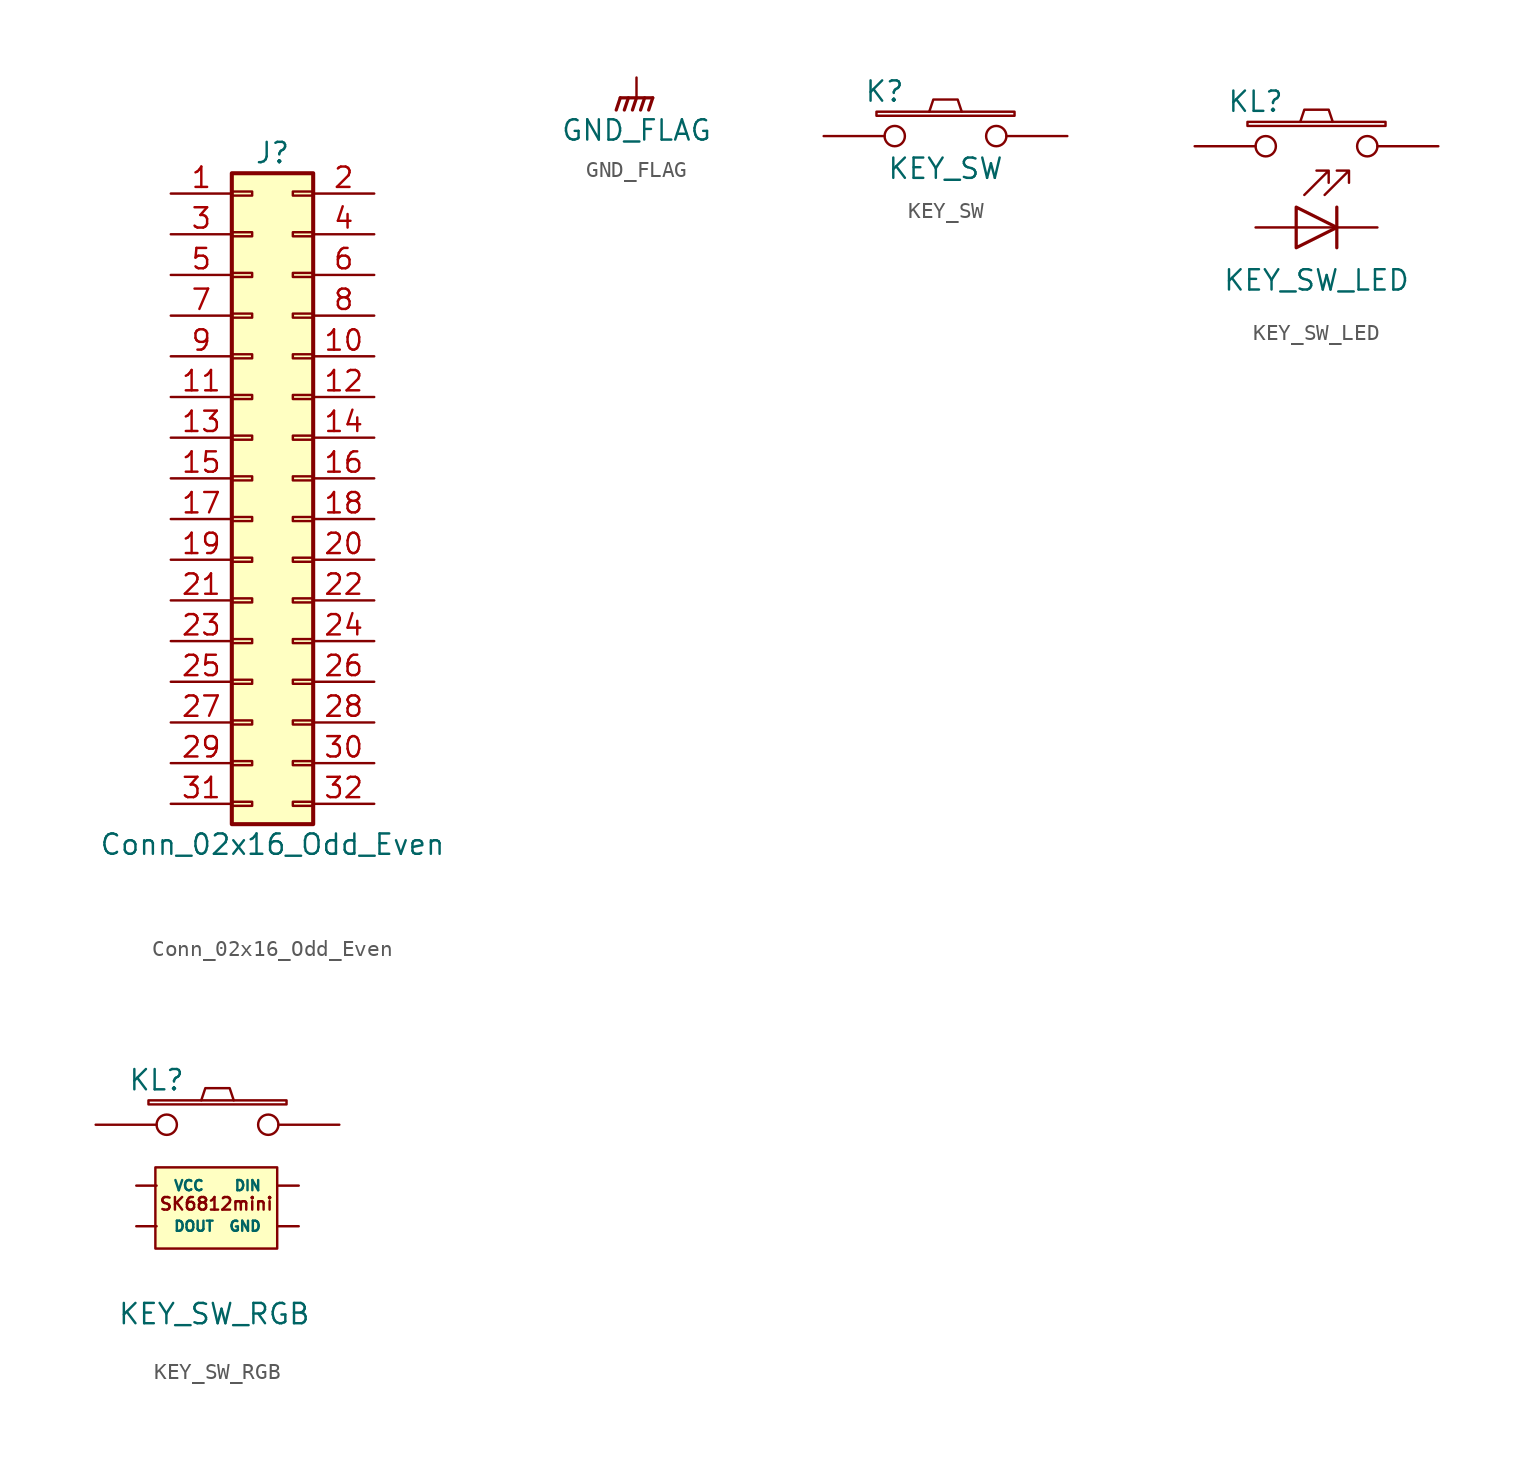
<source format=kicad_sym>
(kicad_symbol_lib
  (version 20211014)
  (generator kicad_symbol_editor)
  (symbol "Conn_02x16_Odd_Even"
    (pin_names
      (offset 1.016) hide)
    (property "Reference" "J"
      (at 1.27 20.32 0)
      (effects (font (size 1.27 1.27))))
    (property "Value" "Conn_02x16_Odd_Even"
      (at 1.27 -22.86 0)
      (effects (font (size 1.27 1.27))))
    (symbol "Conn_02x16_Odd_Even_1_1"
      (rectangle (start -1.27 -20.193) (end 0 -20.447) (stroke (width 0.152) (type default) (color 0 0 0 0)) (fill (type none)))
      (rectangle (start -1.27 -17.653) (end 0 -17.907) (stroke (width 0.152) (type default) (color 0 0 0 0)) (fill (type none)))
      (rectangle (start -1.27 -15.113) (end 0 -15.367) (stroke (width 0.152) (type default) (color 0 0 0 0)) (fill (type none)))
      (rectangle (start -1.27 -12.573) (end 0 -12.827) (stroke (width 0.152) (type default) (color 0 0 0 0)) (fill (type none)))
      (rectangle (start -1.27 -10.033) (end 0 -10.287) (stroke (width 0.152) (type default) (color 0 0 0 0)) (fill (type none)))
      (rectangle (start -1.27 -7.493) (end 0 -7.747) (stroke (width 0.152) (type default) (color 0 0 0 0)) (fill (type none)))
      (rectangle (start -1.27 -4.953) (end 0 -5.207) (stroke (width 0.152) (type default) (color 0 0 0 0)) (fill (type none)))
      (rectangle (start -1.27 -2.413) (end 0 -2.667) (stroke (width 0.152) (type default) (color 0 0 0 0)) (fill (type none)))
      (rectangle (start -1.27 0.127) (end 0 -0.127) (stroke (width 0.152) (type default) (color 0 0 0 0)) (fill (type none)))
      (rectangle (start -1.27 2.667) (end 0 2.413) (stroke (width 0.152) (type default) (color 0 0 0 0)) (fill (type none)))
      (rectangle (start -1.27 5.207) (end 0 4.953) (stroke (width 0.152) (type default) (color 0 0 0 0)) (fill (type none)))
      (rectangle (start -1.27 7.747) (end 0 7.493) (stroke (width 0.152) (type default) (color 0 0 0 0)) (fill (type none)))
      (rectangle (start -1.27 10.287) (end 0 10.033) (stroke (width 0.152) (type default) (color 0 0 0 0)) (fill (type none)))
      (rectangle (start -1.27 12.827) (end 0 12.573) (stroke (width 0.152) (type default) (color 0 0 0 0)) (fill (type none)))
      (rectangle (start -1.27 15.367) (end 0 15.113) (stroke (width 0.152) (type default) (color 0 0 0 0)) (fill (type none)))
      (rectangle (start -1.27 17.907) (end 0 17.653) (stroke (width 0.152) (type default) (color 0 0 0 0)) (fill (type none)))
      (rectangle (start -1.27 19.05) (end 3.81 -21.59) (stroke (width 0.254) (type default) (color 0 0 0 0)) (fill (type background)))
      (rectangle (start 3.81 -20.193) (end 2.54 -20.447) (stroke (width 0.152) (type default) (color 0 0 0 0)) (fill (type none)))
      (rectangle (start 3.81 -17.653) (end 2.54 -17.907) (stroke (width 0.152) (type default) (color 0 0 0 0)) (fill (type none)))
      (rectangle (start 3.81 -15.113) (end 2.54 -15.367) (stroke (width 0.152) (type default) (color 0 0 0 0)) (fill (type none)))
      (rectangle (start 3.81 -12.573) (end 2.54 -12.827) (stroke (width 0.152) (type default) (color 0 0 0 0)) (fill (type none)))
      (rectangle (start 3.81 -10.033) (end 2.54 -10.287) (stroke (width 0.152) (type default) (color 0 0 0 0)) (fill (type none)))
      (rectangle (start 3.81 -7.493) (end 2.54 -7.747) (stroke (width 0.152) (type default) (color 0 0 0 0)) (fill (type none)))
      (rectangle (start 3.81 -4.953) (end 2.54 -5.207) (stroke (width 0.152) (type default) (color 0 0 0 0)) (fill (type none)))
      (rectangle (start 3.81 -2.413) (end 2.54 -2.667) (stroke (width 0.152) (type default) (color 0 0 0 0)) (fill (type none)))
      (rectangle (start 3.81 0.127) (end 2.54 -0.127) (stroke (width 0.152) (type default) (color 0 0 0 0)) (fill (type none)))
      (rectangle (start 3.81 2.667) (end 2.54 2.413) (stroke (width 0.152) (type default) (color 0 0 0 0)) (fill (type none)))
      (rectangle (start 3.81 5.207) (end 2.54 4.953) (stroke (width 0.152) (type default) (color 0 0 0 0)) (fill (type none)))
      (rectangle (start 3.81 7.747) (end 2.54 7.493) (stroke (width 0.152) (type default) (color 0 0 0 0)) (fill (type none)))
      (rectangle (start 3.81 10.287) (end 2.54 10.033) (stroke (width 0.152) (type default) (color 0 0 0 0)) (fill (type none)))
      (rectangle (start 3.81 12.827) (end 2.54 12.573) (stroke (width 0.152) (type default) (color 0 0 0 0)) (fill (type none)))
      (rectangle (start 3.81 15.367) (end 2.54 15.113) (stroke (width 0.152) (type default) (color 0 0 0 0)) (fill (type none)))
      (rectangle (start 3.81 17.907) (end 2.54 17.653) (stroke (width 0.152) (type default) (color 0 0 0 0)) (fill (type none)))
      (pin passive line (at -5.08 17.78 0) (length 3.81) (name "Pin_1" (effects (font (size 1.27 1.27)))) (number "1" (effects (font (size 1.27 1.27)))))
      (pin passive line (at 7.62 7.62 180) (length 3.81) (name "Pin_10" (effects (font (size 1.27 1.27)))) (number "10" (effects (font (size 1.27 1.27)))))
      (pin passive line (at -5.08 5.08 0) (length 3.81) (name "Pin_11" (effects (font (size 1.27 1.27)))) (number "11" (effects (font (size 1.27 1.27)))))
      (pin passive line (at 7.62 5.08 180) (length 3.81) (name "Pin_12" (effects (font (size 1.27 1.27)))) (number "12" (effects (font (size 1.27 1.27)))))
      (pin passive line (at -5.08 2.54 0) (length 3.81) (name "Pin_13" (effects (font (size 1.27 1.27)))) (number "13" (effects (font (size 1.27 1.27)))))
      (pin passive line (at 7.62 2.54 180) (length 3.81) (name "Pin_14" (effects (font (size 1.27 1.27)))) (number "14" (effects (font (size 1.27 1.27)))))
      (pin passive line (at -5.08 0 0) (length 3.81) (name "Pin_15" (effects (font (size 1.27 1.27)))) (number "15" (effects (font (size 1.27 1.27)))))
      (pin passive line (at 7.62 0 180) (length 3.81) (name "Pin_16" (effects (font (size 1.27 1.27)))) (number "16" (effects (font (size 1.27 1.27)))))
      (pin passive line (at -5.08 -2.54 0) (length 3.81) (name "Pin_17" (effects (font (size 1.27 1.27)))) (number "17" (effects (font (size 1.27 1.27)))))
      (pin passive line (at 7.62 -2.54 180) (length 3.81) (name "Pin_18" (effects (font (size 1.27 1.27)))) (number "18" (effects (font (size 1.27 1.27)))))
      (pin passive line (at -5.08 -5.08 0) (length 3.81) (name "Pin_19" (effects (font (size 1.27 1.27)))) (number "19" (effects (font (size 1.27 1.27)))))
      (pin passive line (at 7.62 17.78 180) (length 3.81) (name "Pin_2" (effects (font (size 1.27 1.27)))) (number "2" (effects (font (size 1.27 1.27)))))
      (pin passive line (at 7.62 -5.08 180) (length 3.81) (name "Pin_20" (effects (font (size 1.27 1.27)))) (number "20" (effects (font (size 1.27 1.27)))))
      (pin passive line (at -5.08 -7.62 0) (length 3.81) (name "Pin_21" (effects (font (size 1.27 1.27)))) (number "21" (effects (font (size 1.27 1.27)))))
      (pin passive line (at 7.62 -7.62 180) (length 3.81) (name "Pin_22" (effects (font (size 1.27 1.27)))) (number "22" (effects (font (size 1.27 1.27)))))
      (pin passive line (at -5.08 -10.16 0) (length 3.81) (name "Pin_23" (effects (font (size 1.27 1.27)))) (number "23" (effects (font (size 1.27 1.27)))))
      (pin passive line (at 7.62 -10.16 180) (length 3.81) (name "Pin_24" (effects (font (size 1.27 1.27)))) (number "24" (effects (font (size 1.27 1.27)))))
      (pin passive line (at -5.08 -12.7 0) (length 3.81) (name "Pin_25" (effects (font (size 1.27 1.27)))) (number "25" (effects (font (size 1.27 1.27)))))
      (pin passive line (at 7.62 -12.7 180) (length 3.81) (name "Pin_26" (effects (font (size 1.27 1.27)))) (number "26" (effects (font (size 1.27 1.27)))))
      (pin passive line (at -5.08 -15.24 0) (length 3.81) (name "Pin_27" (effects (font (size 1.27 1.27)))) (number "27" (effects (font (size 1.27 1.27)))))
      (pin passive line (at 7.62 -15.24 180) (length 3.81) (name "Pin_28" (effects (font (size 1.27 1.27)))) (number "28" (effects (font (size 1.27 1.27)))))
      (pin passive line (at -5.08 -17.78 0) (length 3.81) (name "Pin_29" (effects (font (size 1.27 1.27)))) (number "29" (effects (font (size 1.27 1.27)))))
      (pin passive line (at -5.08 15.24 0) (length 3.81) (name "Pin_3" (effects (font (size 1.27 1.27)))) (number "3" (effects (font (size 1.27 1.27)))))
      (pin passive line (at 7.62 -17.78 180) (length 3.81) (name "Pin_30" (effects (font (size 1.27 1.27)))) (number "30" (effects (font (size 1.27 1.27)))))
      (pin passive line (at -5.08 -20.32 0) (length 3.81) (name "Pin_31" (effects (font (size 1.27 1.27)))) (number "31" (effects (font (size 1.27 1.27)))))
      (pin passive line (at 7.62 -20.32 180) (length 3.81) (name "Pin_32" (effects (font (size 1.27 1.27)))) (number "32" (effects (font (size 1.27 1.27)))))
      (pin passive line (at 7.62 15.24 180) (length 3.81) (name "Pin_4" (effects (font (size 1.27 1.27)))) (number "4" (effects (font (size 1.27 1.27)))))
      (pin passive line (at -5.08 12.7 0) (length 3.81) (name "Pin_5" (effects (font (size 1.27 1.27)))) (number "5" (effects (font (size 1.27 1.27)))))
      (pin passive line (at 7.62 12.7 180) (length 3.81) (name "Pin_6" (effects (font (size 1.27 1.27)))) (number "6" (effects (font (size 1.27 1.27)))))
      (pin passive line (at -5.08 10.16 0) (length 3.81) (name "Pin_7" (effects (font (size 1.27 1.27)))) (number "7" (effects (font (size 1.27 1.27)))))
      (pin passive line (at 7.62 10.16 180) (length 3.81) (name "Pin_8" (effects (font (size 1.27 1.27)))) (number "8" (effects (font (size 1.27 1.27)))))
      (pin passive line (at -5.08 7.62 0) (length 3.81) (name "Pin_9" (effects (font (size 1.27 1.27)))) (number "9" (effects (font (size 1.27 1.27)))))))
  (symbol "GND_FLAG"
    (power)
    (pin_names
      (offset 0))
    (property "Reference" "#PWR"
      (at 0 -5.08 0)
      (effects (font (size 1.27 1.27)) hide))
    (property "Value" "GND_FLAG"
      (at 0 -3.302 0)
      (effects (font (size 1.27 1.27))))
    (symbol "GND_FLAG_0_1"
      (polyline (pts (xy 0 -1.27) (xy 0 0)) (stroke (width 0) (type default) (color 0 0 0 0)) (fill (type none)))
      (polyline (pts (xy -1.016 -1.27) (xy -1.27 -2.032) (xy -1.27 -2.032)) (stroke (width 0.203) (type default) (color 0 0 0 0)) (fill (type none)))
      (polyline (pts (xy -0.508 -1.27) (xy -0.762 -2.032) (xy -0.762 -2.032)) (stroke (width 0.203) (type default) (color 0 0 0 0)) (fill (type none)))
      (polyline (pts (xy 0 -1.27) (xy -0.254 -2.032) (xy -0.254 -2.032)) (stroke (width 0.203) (type default) (color 0 0 0 0)) (fill (type none)))
      (polyline (pts (xy 0.508 -1.27) (xy 0.254 -2.032) (xy 0.254 -2.032)) (stroke (width 0.203) (type default) (color 0 0 0 0)) (fill (type none)))
      (polyline (pts (xy 1.016 -1.27) (xy -1.016 -1.27) (xy -1.016 -1.27)) (stroke (width 0.203) (type default) (color 0 0 0 0)) (fill (type none)))
      (polyline (pts (xy 1.016 -1.27) (xy 0.762 -2.032) (xy 0.762 -2.032) (xy 0.762 -2.032)) (stroke (width 0.203) (type default) (color 0 0 0 0)) (fill (type none))))
    (symbol "GND_FLAG_1_1"
      (pin power_in line (at 0 0 270) (length 0) hide (name "GNDPWR" (effects (font (size 1.27 1.27)))) (number "1" (effects (font (size 1.27 1.27)))))))
  (symbol "KEY_SW"
    (pin_numbers hide)
    (pin_names
      (offset 1.016) hide)
    (property "Reference" "K"
      (at -3.81 2.794 0)
      (effects (font (size 1.27 1.27))))
    (property "Value" "KEY_SW"
      (at 0 -2.032 0)
      (effects (font (size 1.27 1.27))))
    (property "Footprint" ""
      (at 0 0 0)
      (effects (font (size 1.27 1.27))))
    (property "Datasheet" ""
      (at 0 0 0)
      (effects (font (size 1.27 1.27))))
    (symbol "KEY_SW_0_1"
      (rectangle (start -4.318 1.27) (end 4.318 1.524) (stroke (width 0) (type default) (color 0 0 0 0)) (fill (type none)))
      (polyline (pts (xy -1.016 1.524) (xy -0.762 2.286) (xy 0.762 2.286) (xy 1.016 1.524)) (stroke (width 0) (type default) (color 0 0 0 0)) (fill (type none)))
      (pin passive inverted (at -7.62 0 0) (length 5.08) (name "1" (effects (font (size 1.27 1.27)))) (number "1" (effects (font (size 1.27 1.27)))))
      (pin passive inverted (at 7.62 0 180) (length 5.08) (name "2" (effects (font (size 1.27 1.27)))) (number "2" (effects (font (size 1.27 1.27)))))))
  (symbol "KEY_SW_LED"
    (pin_numbers hide)
    (pin_names
      (offset 1.016) hide)
    (property "Reference" "KL"
      (at -3.81 2.794 0)
      (effects (font (size 1.27 1.27))))
    (property "Value" "KEY_SW_LED"
      (at 0 -8.382 0)
      (effects (font (size 1.27 1.27))))
    (symbol "KEY_SW_LED_0_1"
      (rectangle (start -4.318 1.27) (end 4.318 1.524) (stroke (width 0) (type default) (color 0 0 0 0)) (fill (type none)))
      (polyline (pts (xy -1.016 1.524) (xy -0.762 2.286) (xy 0.762 2.286) (xy 1.016 1.524)) (stroke (width 0) (type default) (color 0 0 0 0)) (fill (type none)))
      (pin passive inverted (at -7.62 0 0) (length 5.08) (name "1" (effects (font (size 1.27 1.27)))) (number "1" (effects (font (size 1.27 1.27)))))
      (pin passive inverted (at 7.62 0 180) (length 5.08) (name "2" (effects (font (size 1.27 1.27)))) (number "2" (effects (font (size 1.27 1.27))))))
    (symbol "KEY_SW_LED_1_1"
      (polyline (pts (xy -1.27 -5.08) (xy 1.27 -5.08)) (stroke (width 0) (type default) (color 0 0 0 0)) (fill (type none)))
      (polyline (pts (xy 1.27 -3.81) (xy 1.27 -6.35)) (stroke (width 0.203) (type default) (color 0 0 0 0)) (fill (type none)))
      (polyline (pts (xy -1.27 -3.81) (xy -1.27 -6.35) (xy 1.27 -5.08) (xy -1.27 -3.81)) (stroke (width 0.203) (type default) (color 0 0 0 0)) (fill (type none)))
      (polyline (pts (xy -0.762 -3.048) (xy 0.762 -1.524) (xy 0 -1.524) (xy 0.762 -1.524) (xy 0.762 -2.286)) (stroke (width 0) (type default) (color 0 0 0 0)) (fill (type none)))
      (polyline (pts (xy 0.508 -3.048) (xy 2.032 -1.524) (xy 1.27 -1.524) (xy 2.032 -1.524) (xy 2.032 -2.286)) (stroke (width 0) (type default) (color 0 0 0 0)) (fill (type none)))
      (pin passive line (at -3.81 -5.08 0) (length 2.54) (name "A" (effects (font (size 1.27 1.27)))) (number "3" (effects (font (size 1.27 1.27)))))
      (pin passive line (at 3.81 -5.08 180) (length 2.54) (name "K" (effects (font (size 1.27 1.27)))) (number "4" (effects (font (size 1.27 1.27)))))))
  (symbol "KEY_SW_RGB"
    (pin_numbers hide)
    (pin_names
      (offset 1.016))
    (property "Reference" "KL"
      (at -3.81 2.794 0)
      (effects (font (size 1.27 1.27))))
    (property "Value" "KEY_SW_RGB"
      (at -0.203 -11.836 0)
      (effects (font (size 1.27 1.27))))
    (symbol "KEY_SW_RGB_0_1"
      (rectangle (start -4.318 1.27) (end 4.318 1.524) (stroke (width 0) (type default) (color 0 0 0 0)) (fill (type none)))
      (polyline (pts (xy -1.016 1.524) (xy -0.762 2.286) (xy 0.762 2.286) (xy 1.016 1.524)) (stroke (width 0) (type default) (color 0 0 0 0)) (fill (type none)))
      (pin passive inverted (at -7.62 0 0) (length 5.08) (name "~" (effects (font (size 1.27 1.27)))) (number "1" (effects (font (size 1.27 1.27)))))
      (pin passive inverted (at 7.62 0 180) (length 5.08) (name "~" (effects (font (size 1.27 1.27)))) (number "2" (effects (font (size 1.27 1.27))))))
    (symbol "KEY_SW_RGB_1_1"
      (rectangle (start 3.734 -7.747) (end -3.886 -2.667) (stroke (width 0) (type default) (color 0 0 0 0)) (fill (type background)))
      (text "SK6812mini" (at -0.076 -4.953 0) (effects (font (size 0.787 0.787))))
      (pin power_in line (at -5.08 -3.81 0) (length 1.27) (name "VCC" (effects (font (size 0.635 0.635)))) (number "3" (effects (font (size 0.635 0.635)))))
      (pin output line (at -5.08 -6.35 0) (length 1.27) (name "DOUT" (effects (font (size 0.635 0.635)))) (number "4" (effects (font (size 0.635 0.635)))))
      (pin power_in line (at 5.08 -6.35 180) (length 1.27) (name "GND" (effects (font (size 0.635 0.635)))) (number "5" (effects (font (size 0.635 0.635)))))
      (pin input line (at 5.08 -3.81 180) (length 1.27) (name "DIN" (effects (font (size 0.635 0.635)))) (number "6" (effects (font (size 0.635 0.635))))))))
</source>
